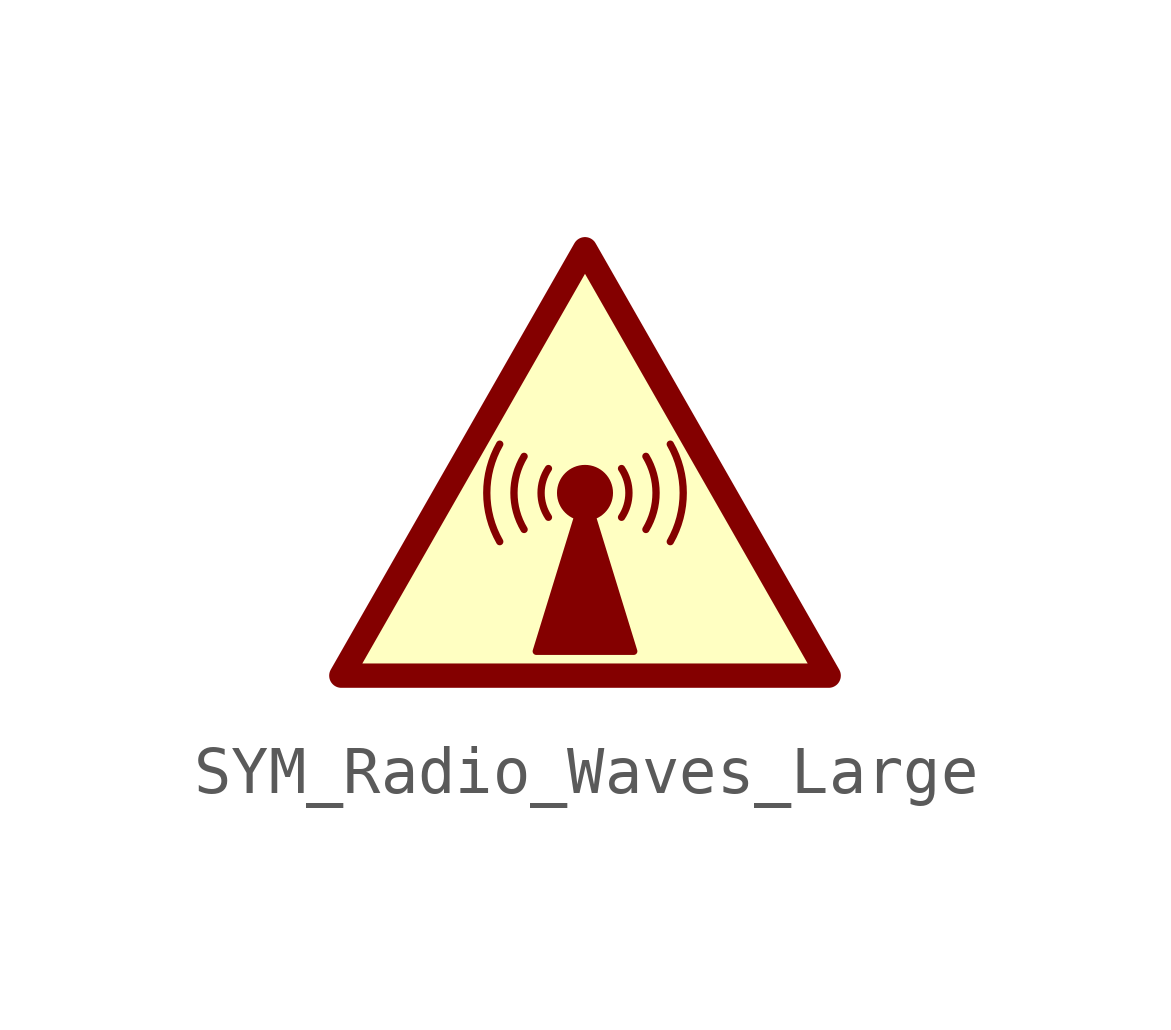
<source format=kicad_sym>
(kicad_symbol_lib
  (version 20201005)
  (generator kicad_symbol_editor)
  (symbol "Graphic:SYM_Radio_Waves_Large"
    (pin_names
      (offset 1.016) hide)
    (property "Reference" "#SYM"
      (at 0 5.08 0)
      (effects (font (size 1.27 1.27)) hide))
    (symbol "SYM_Radio_Waves_Large_0_1"
      (arc (start 1.778 -0.254) (end 1.778 -2.286) (radius (at 0 -1.27) (length 2.0574) (angles 29.7 -29.7)) (stroke (width 0)) (fill (type none)))
      (arc (start 1.27 -0.508) (end 1.27 -2.032) (radius (at 0 -1.27) (length 1.4732) (angles 31 -31)) (stroke (width 0)) (fill (type none)))
      (arc (start 0.762 -0.762) (end 0.762 -1.778) (radius (at 0 -1.27) (length 0.9144) (angles 33.7 -33.7)) (stroke (width 0)) (fill (type none)))
      (arc (start -0.762 -0.762) (end -0.762 -1.778) (radius (at 0 -1.27) (length 0.9144) (angles 146.3 -146.3)) (stroke (width 0)) (fill (type none)))
      (arc (start -1.27 -0.508) (end -1.27 -2.032) (radius (at 0 -1.27) (length 1.4732) (angles 149 -149)) (stroke (width 0)) (fill (type none)))
      (arc (start -1.778 -0.254) (end -1.778 -2.286) (radius (at 0 -1.27) (length 2.0574) (angles 150.3 -150.3)) (stroke (width 0)) (fill (type none)))
      (circle (center 0 -1.27) (radius 0.508) (stroke (width 0)) (fill (type outline)))
      (polyline (pts (xy -1.016 -4.572) (xy 1.016 -4.572) (xy 0 -1.27) (xy -1.016 -4.572)) (stroke (width 0)) (fill (type outline)))
      (polyline (pts (xy -5.08 -5.08) (xy 5.08 -5.08) (xy 0 3.81) (xy -5.08 -5.08)) (stroke (width 0.508)) (fill (type background))))))
</source>
